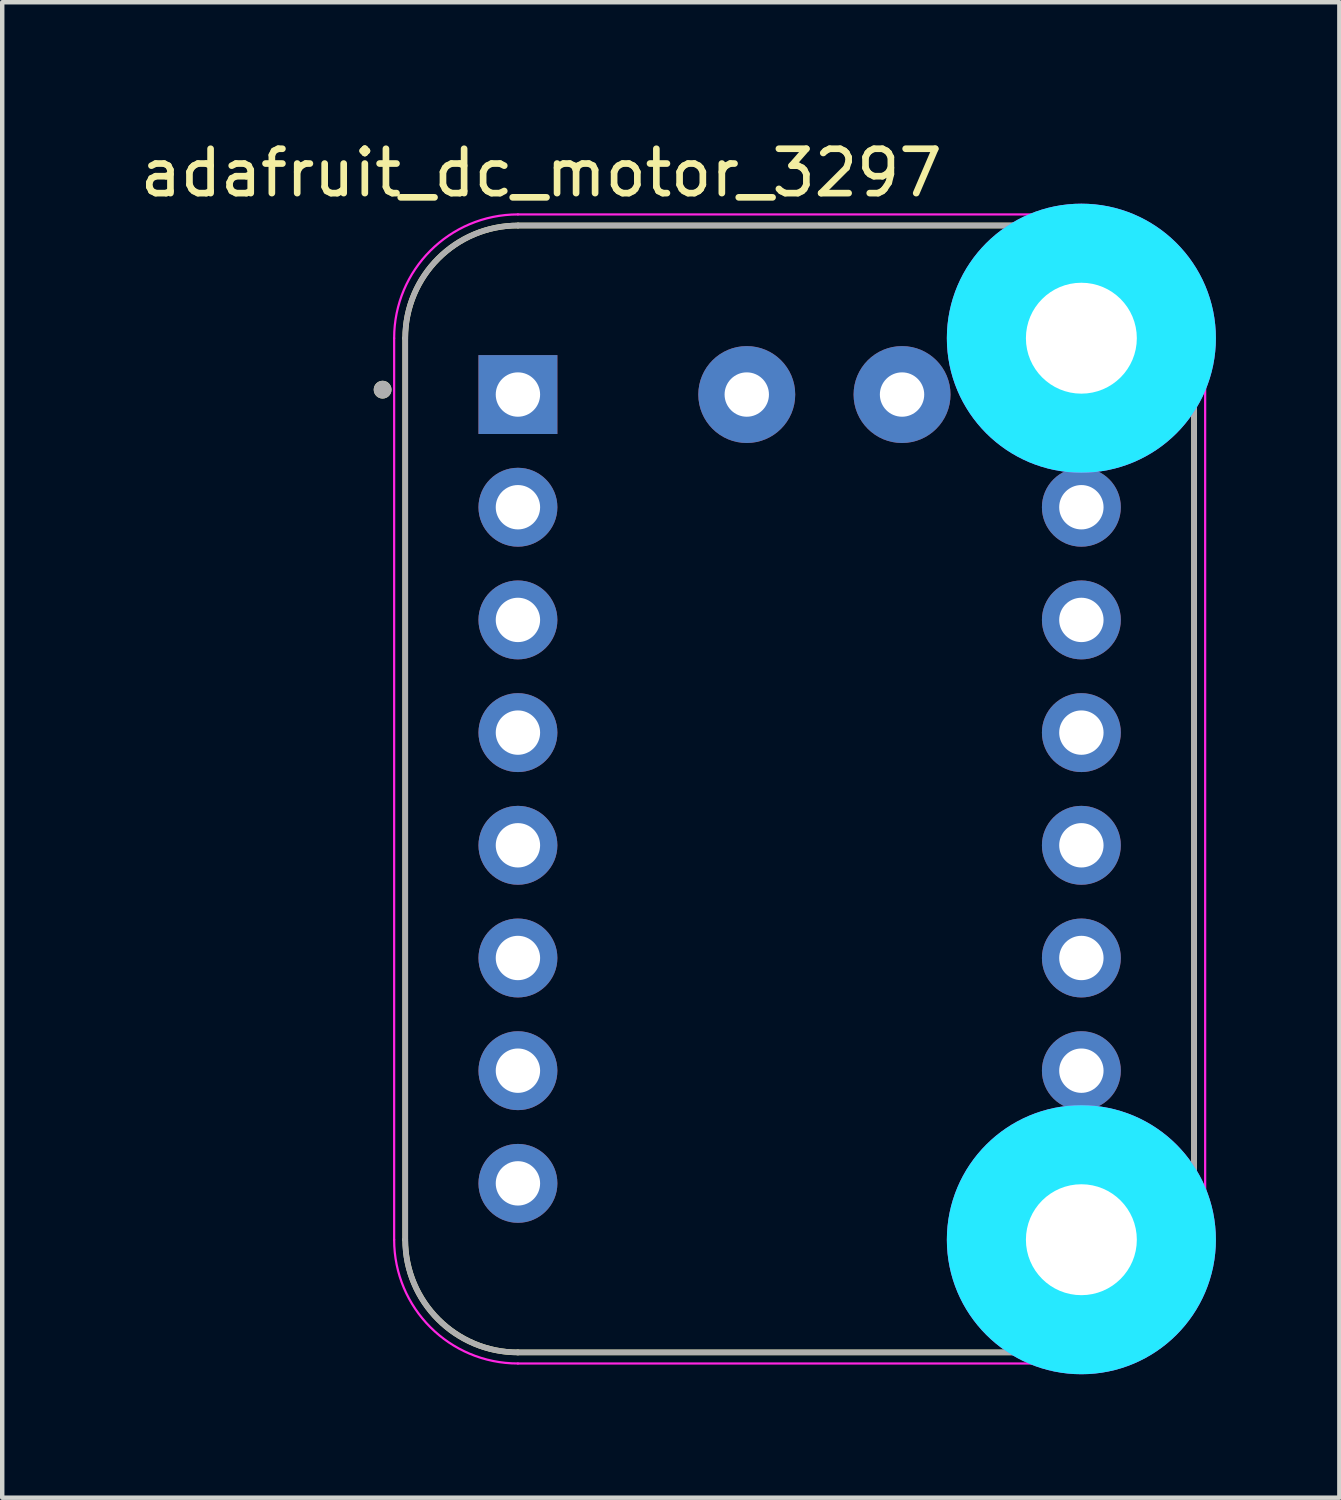
<source format=kicad_pcb>
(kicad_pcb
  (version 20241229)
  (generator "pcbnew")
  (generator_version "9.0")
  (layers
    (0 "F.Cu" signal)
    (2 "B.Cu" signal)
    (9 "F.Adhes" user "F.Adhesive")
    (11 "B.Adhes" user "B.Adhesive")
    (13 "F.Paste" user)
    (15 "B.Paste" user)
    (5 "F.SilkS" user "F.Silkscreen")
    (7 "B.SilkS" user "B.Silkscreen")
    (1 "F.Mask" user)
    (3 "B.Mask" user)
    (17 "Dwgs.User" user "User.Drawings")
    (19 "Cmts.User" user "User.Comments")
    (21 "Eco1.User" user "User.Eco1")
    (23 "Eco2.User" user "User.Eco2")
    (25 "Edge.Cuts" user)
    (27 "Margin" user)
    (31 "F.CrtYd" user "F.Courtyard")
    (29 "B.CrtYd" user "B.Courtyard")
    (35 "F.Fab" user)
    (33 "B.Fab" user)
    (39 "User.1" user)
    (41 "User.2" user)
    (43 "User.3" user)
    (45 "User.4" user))
  (footprint "adafruit_dc_motor_3297"
    (layer "F.Cu")
    (at 14.974 14.733)
    (property "Reference" "adafruit_dc_motor_3297" (at -5.825 -13.885 0) (layer "F.SilkS") (effects (font (size 1 1) (thickness 0.15))))
    (attr through_hole)
    (fp_line (start -8.89 -10.16) (end -8.89 10.16) (stroke (width 0.127) (type solid)) (layer "F.SilkS"))
    (fp_line (start -6.35 12.7) (end 6.35 12.7) (stroke (width 0.127) (type solid)) (layer "F.SilkS"))
    (fp_line (start 6.35 -12.7) (end -6.35 -12.7) (stroke (width 0.127) (type solid)) (layer "F.SilkS"))
    (fp_line (start 8.89 10.16) (end 8.89 -10.16) (stroke (width 0.127) (type solid)) (layer "F.SilkS"))
    (fp_arc (start -8.89 -10.16) (mid -8.146051 -11.956051) (end -6.35 -12.7) (stroke (width 0.127) (type solid)) (layer "F.SilkS"))
    (fp_arc (start -6.35 12.7) (mid -8.146051 11.956051) (end -8.89 10.16) (stroke (width 0.127) (type solid)) (layer "F.SilkS"))
    (fp_arc (start 6.35 -12.7) (mid 8.146051 -11.956051) (end 8.89 -10.16) (stroke (width 0.127) (type solid)) (layer "F.SilkS"))
    (fp_arc (start 8.89 10.16) (mid 8.146051 11.956051) (end 6.35 12.7) (stroke (width 0.127) (type solid)) (layer "F.SilkS"))
    (fp_circle (center -9.4 -9) (end -9.3 -9) (stroke (width 0.2) (type solid)) (fill no) (layer "F.SilkS"))
    (fp_circle (center 6.35 -10.16) (end 7.35 -10.16) (stroke (width 2.032) (type solid)) (fill no) (layer "B.CrtYd"))
    (fp_circle (center 6.35 10.16) (end 7.35 10.16) (stroke (width 2.032) (type solid)) (fill no) (layer "B.CrtYd"))
    (fp_line (start -9.14 -10.16) (end -9.14 10.16) (stroke (width 0.05) (type solid)) (layer "F.CrtYd"))
    (fp_line (start -6.35 12.95) (end 6.35 12.95) (stroke (width 0.05) (type solid)) (layer "F.CrtYd"))
    (fp_line (start 6.35 -12.95) (end -6.35 -12.95) (stroke (width 0.05) (type solid)) (layer "F.CrtYd"))
    (fp_line (start 9.14 10.16) (end 9.14 -10.16) (stroke (width 0.05) (type solid)) (layer "F.CrtYd"))
    (fp_arc (start -9.14 -10.16) (mid -8.322828 -12.132828) (end -6.35 -12.95) (stroke (width 0.05) (type solid)) (layer "F.CrtYd"))
    (fp_arc (start -6.35 12.95) (mid -8.322828 12.132828) (end -9.14 10.16) (stroke (width 0.05) (type solid)) (layer "F.CrtYd"))
    (fp_arc (start 6.35 -12.95) (mid 8.322828 -12.132828) (end 9.14 -10.16) (stroke (width 0.05) (type solid)) (layer "F.CrtYd"))
    (fp_arc (start 9.14 10.16) (mid 8.322828 12.132828) (end 6.35 12.95) (stroke (width 0.05) (type solid)) (layer "F.CrtYd"))
    (fp_circle (center 6.35 -10.16) (end 7.35 -10.16) (stroke (width 2.032) (type solid)) (fill no) (layer "F.CrtYd"))
    (fp_circle (center 6.35 10.16) (end 7.35 10.16) (stroke (width 2.032) (type solid)) (fill no) (layer "F.CrtYd"))
    (fp_line (start -8.89 -10.16) (end -8.89 10.16) (stroke (width 0.127) (type solid)) (layer "F.Fab"))
    (fp_line (start -6.35 12.7) (end 6.35 12.7) (stroke (width 0.127) (type solid)) (layer "F.Fab"))
    (fp_line (start 6.35 -12.7) (end -6.35 -12.7) (stroke (width 0.127) (type solid)) (layer "F.Fab"))
    (fp_line (start 8.89 10.16) (end 8.89 -10.16) (stroke (width 0.127) (type solid)) (layer "F.Fab"))
    (fp_arc (start -8.89 -10.16) (mid -8.146051 -11.956051) (end -6.35 -12.7) (stroke (width 0.127) (type solid)) (layer "F.Fab"))
    (fp_arc (start -6.35 12.7) (mid -8.146051 11.956051) (end -8.89 10.16) (stroke (width 0.127) (type solid)) (layer "F.Fab"))
    (fp_arc (start 6.35 -12.7) (mid 8.146051 -11.956051) (end 8.89 -10.16) (stroke (width 0.127) (type solid)) (layer "F.Fab"))
    (fp_arc (start 8.89 10.16) (mid 8.146051 11.956051) (end 6.35 12.7) (stroke (width 0.127) (type solid)) (layer "F.Fab"))
    (fp_circle (center -9.4 -9) (end -9.3 -9) (stroke (width 0.2) (type solid)) (fill no) (layer "F.Fab"))
    (pad "J1_1" thru_hole rect (at -6.35 -8.89) (size 1.778 1.778) (drill 1) (layers "*.Cu" "*.Mask"))
    (pad "J1_2" thru_hole circle (at -6.35 -6.35) (size 1.778 1.778) (drill 1) (layers "*.Cu" "*.Mask"))
    (pad "J1_3" thru_hole circle (at -6.35 -3.81) (size 1.778 1.778) (drill 1) (layers "*.Cu" "*.Mask"))
    (pad "J1_4" thru_hole circle (at -6.35 -1.27) (size 1.778 1.778) (drill 1) (layers "*.Cu" "*.Mask"))
    (pad "J1_5" thru_hole circle (at -6.35 1.27) (size 1.778 1.778) (drill 1) (layers "*.Cu" "*.Mask"))
    (pad "J1_6" thru_hole circle (at -6.35 3.81) (size 1.778 1.778) (drill 1) (layers "*.Cu" "*.Mask"))
    (pad "J1_7" thru_hole circle (at -6.35 6.35) (size 1.778 1.778) (drill 1) (layers "*.Cu" "*.Mask"))
    (pad "J1_8" thru_hole circle (at -6.35 8.89) (size 1.778 1.778) (drill 1) (layers "*.Cu" "*.Mask"))
    (pad "J2_1" thru_hole circle (at -1.192 -8.89) (size 2.184 2.184) (drill 1) (layers "*.Cu" "*.Mask"))
    (pad "J2_2" thru_hole circle (at 2.308 -8.89) (size 2.184 2.184) (drill 1) (layers "*.Cu" "*.Mask"))
    (pad "J3_1" thru_hole circle (at 6.35 -6.35) (size 1.778 1.778) (drill 1) (layers "*.Cu" "*.Mask"))
    (pad "J3_2" thru_hole circle (at 6.35 -3.81) (size 1.778 1.778) (drill 1) (layers "*.Cu" "*.Mask"))
    (pad "J3_3" thru_hole circle (at 6.35 -1.27) (size 1.778 1.778) (drill 1) (layers "*.Cu" "*.Mask"))
    (pad "J3_4" thru_hole circle (at 6.35 1.27) (size 1.778 1.778) (drill 1) (layers "*.Cu" "*.Mask"))
    (pad "J3_5" thru_hole circle (at 6.35 3.81) (size 1.778 1.778) (drill 1) (layers "*.Cu" "*.Mask"))
    (pad "J3_6" thru_hole circle (at 6.35 6.35) (size 1.778 1.778) (drill 1) (layers "*.Cu" "*.Mask"))
    (pad "S1" thru_hole circle (at 6.35 -10.16) (size 3.2 3.2) (drill 2.5) (layers "*.Cu" "*.Mask"))
    (pad "S2" thru_hole circle (at 6.35 10.16) (size 3.2 3.2) (drill 2.5) (layers "*.Cu" "*.Mask"))
    (zone (net_name "") (layer "F.Cu") (hatch full 0.508) (connect_pads) (min_thickness 2.032) (filled_areas_thickness no) (keepout (tracks not_allowed) (vias not_allowed) (pads not_allowed) (copperpour not_allowed) (footprints allowed)) (placement (enabled no)) (fill) (polygon (pts (xy 23.34 4.573) (xy 23.33 4.771) (xy 23.301 4.967) (xy 23.253 5.158) (xy 23.186 5.345) (xy 23.102 5.524) (xy 23 5.693) (xy 22.882 5.852) (xy 22.749 5.999) (xy 22.603 6.132) (xy 22.444 6.249) (xy 22.274 6.351) (xy 22.095 6.436) (xy 21.909 6.502) (xy 21.717 6.551) (xy 21.521 6.58) (xy 21.324 6.589) (xy 21.126 6.58) (xy 20.931 6.551) (xy 20.739 6.502) (xy 20.552 6.436) (xy 20.373 6.351) (xy 20.204 6.249) (xy 20.045 6.132) (xy 19.898 5.999) (xy 19.765 5.852) (xy 19.648 5.693) (xy 19.546 5.524) (xy 19.461 5.345) (xy 19.395 5.158) (xy 19.347 4.967) (xy 19.318 4.771) (xy 19.308 4.573) (xy 19.318 4.376) (xy 19.347 4.18) (xy 19.395 3.988) (xy 19.461 3.802) (xy 19.546 3.623) (xy 19.648 3.453) (xy 19.765 3.294) (xy 19.898 3.148) (xy 20.045 3.015) (xy 20.204 2.897) (xy 20.373 2.795) (xy 20.552 2.711) (xy 20.739 2.644) (xy 20.931 2.596) (xy 21.126 2.567) (xy 21.324 2.557) (xy 21.521 2.567) (xy 21.717 2.596) (xy 21.909 2.644) (xy 22.095 2.711) (xy 22.274 2.795) (xy 22.444 2.897) (xy 22.603 3.015) (xy 22.749 3.148) (xy 22.882 3.294) (xy 23 3.453) (xy 23.102 3.623) (xy 23.186 3.802) (xy 23.253 3.988) (xy 23.301 4.18) (xy 23.33 4.376))))
    (zone (net_name "") (layer "F.Cu") (hatch full 0.508) (connect_pads) (min_thickness 2.032) (filled_areas_thickness no) (keepout (tracks not_allowed) (vias not_allowed) (pads not_allowed) (copperpour not_allowed) (footprints allowed)) (placement (enabled no)) (fill) (polygon (pts (xy 23.34 24.893) (xy 23.33 25.091) (xy 23.301 25.287) (xy 23.253 25.478) (xy 23.186 25.665) (xy 23.102 25.844) (xy 23 26.013) (xy 22.882 26.172) (xy 22.749 26.319) (xy 22.603 26.452) (xy 22.444 26.569) (xy 22.274 26.671) (xy 22.095 26.756) (xy 21.909 26.822) (xy 21.717 26.871) (xy 21.521 26.9) (xy 21.324 26.909) (xy 21.126 26.9) (xy 20.931 26.871) (xy 20.739 26.822) (xy 20.552 26.756) (xy 20.373 26.671) (xy 20.204 26.569) (xy 20.045 26.452) (xy 19.898 26.319) (xy 19.765 26.172) (xy 19.648 26.013) (xy 19.546 25.844) (xy 19.461 25.665) (xy 19.395 25.478) (xy 19.347 25.287) (xy 19.318 25.091) (xy 19.308 24.893) (xy 19.318 24.696) (xy 19.347 24.5) (xy 19.395 24.308) (xy 19.461 24.122) (xy 19.546 23.943) (xy 19.648 23.773) (xy 19.765 23.614) (xy 19.898 23.468) (xy 20.045 23.335) (xy 20.204 23.217) (xy 20.373 23.115) (xy 20.552 23.031) (xy 20.739 22.964) (xy 20.931 22.916) (xy 21.126 22.887) (xy 21.324 22.877) (xy 21.521 22.887) (xy 21.717 22.916) (xy 21.909 22.964) (xy 22.095 23.031) (xy 22.274 23.115) (xy 22.444 23.217) (xy 22.603 23.335) (xy 22.749 23.468) (xy 22.882 23.614) (xy 23 23.773) (xy 23.102 23.943) (xy 23.186 24.122) (xy 23.253 24.308) (xy 23.301 24.5) (xy 23.33 24.696))))
    (zone (net_name "") (layer "B.Cu") (hatch full 0.508) (connect_pads) (min_thickness 2.032) (filled_areas_thickness no) (keepout (tracks not_allowed) (vias not_allowed) (pads not_allowed) (copperpour not_allowed) (footprints allowed)) (placement (enabled no)) (fill) (polygon (pts (xy 23.34 4.573) (xy 23.33 4.771) (xy 23.301 4.967) (xy 23.253 5.158) (xy 23.186 5.345) (xy 23.102 5.524) (xy 23 5.693) (xy 22.882 5.852) (xy 22.749 5.999) (xy 22.603 6.132) (xy 22.444 6.249) (xy 22.274 6.351) (xy 22.095 6.436) (xy 21.909 6.502) (xy 21.717 6.551) (xy 21.521 6.58) (xy 21.324 6.589) (xy 21.126 6.58) (xy 20.931 6.551) (xy 20.739 6.502) (xy 20.552 6.436) (xy 20.373 6.351) (xy 20.204 6.249) (xy 20.045 6.132) (xy 19.898 5.999) (xy 19.765 5.852) (xy 19.648 5.693) (xy 19.546 5.524) (xy 19.461 5.345) (xy 19.395 5.158) (xy 19.347 4.967) (xy 19.318 4.771) (xy 19.308 4.573) (xy 19.318 4.376) (xy 19.347 4.18) (xy 19.395 3.988) (xy 19.461 3.802) (xy 19.546 3.623) (xy 19.648 3.453) (xy 19.765 3.294) (xy 19.898 3.148) (xy 20.045 3.015) (xy 20.204 2.897) (xy 20.373 2.795) (xy 20.552 2.711) (xy 20.739 2.644) (xy 20.931 2.596) (xy 21.126 2.567) (xy 21.324 2.557) (xy 21.521 2.567) (xy 21.717 2.596) (xy 21.909 2.644) (xy 22.095 2.711) (xy 22.274 2.795) (xy 22.444 2.897) (xy 22.603 3.015) (xy 22.749 3.148) (xy 22.882 3.294) (xy 23 3.453) (xy 23.102 3.623) (xy 23.186 3.802) (xy 23.253 3.988) (xy 23.301 4.18) (xy 23.33 4.376))))
    (zone (net_name "") (layer "B.Cu") (hatch full 0.508) (connect_pads) (min_thickness 2.032) (filled_areas_thickness no) (keepout (tracks not_allowed) (vias not_allowed) (pads not_allowed) (copperpour not_allowed) (footprints allowed)) (placement (enabled no)) (fill) (polygon (pts (xy 23.34 24.893) (xy 23.33 25.091) (xy 23.301 25.287) (xy 23.253 25.478) (xy 23.186 25.665) (xy 23.102 25.844) (xy 23 26.013) (xy 22.882 26.172) (xy 22.749 26.319) (xy 22.603 26.452) (xy 22.444 26.569) (xy 22.274 26.671) (xy 22.095 26.756) (xy 21.909 26.822) (xy 21.717 26.871) (xy 21.521 26.9) (xy 21.324 26.909) (xy 21.126 26.9) (xy 20.931 26.871) (xy 20.739 26.822) (xy 20.552 26.756) (xy 20.373 26.671) (xy 20.204 26.569) (xy 20.045 26.452) (xy 19.898 26.319) (xy 19.765 26.172) (xy 19.648 26.013) (xy 19.546 25.844) (xy 19.461 25.665) (xy 19.395 25.478) (xy 19.347 25.287) (xy 19.318 25.091) (xy 19.308 24.893) (xy 19.318 24.696) (xy 19.347 24.5) (xy 19.395 24.308) (xy 19.461 24.122) (xy 19.546 23.943) (xy 19.648 23.773) (xy 19.765 23.614) (xy 19.898 23.468) (xy 20.045 23.335) (xy 20.204 23.217) (xy 20.373 23.115) (xy 20.552 23.031) (xy 20.739 22.964) (xy 20.931 22.916) (xy 21.126 22.887) (xy 21.324 22.877) (xy 21.521 22.887) (xy 21.717 22.916) (xy 21.909 22.964) (xy 22.095 23.031) (xy 22.274 23.115) (xy 22.444 23.217) (xy 22.603 23.335) (xy 22.749 23.468) (xy 22.882 23.614) (xy 23 23.773) (xy 23.102 23.943) (xy 23.186 24.122) (xy 23.253 24.308) (xy 23.301 24.5) (xy 23.33 24.696)))))
  (gr_rect
    (start -3 -3)
    (end 27.139 30.708)
    (stroke (width 0.1) (type default))
    (fill no)
    (layer "Edge.Cuts")))
</source>
